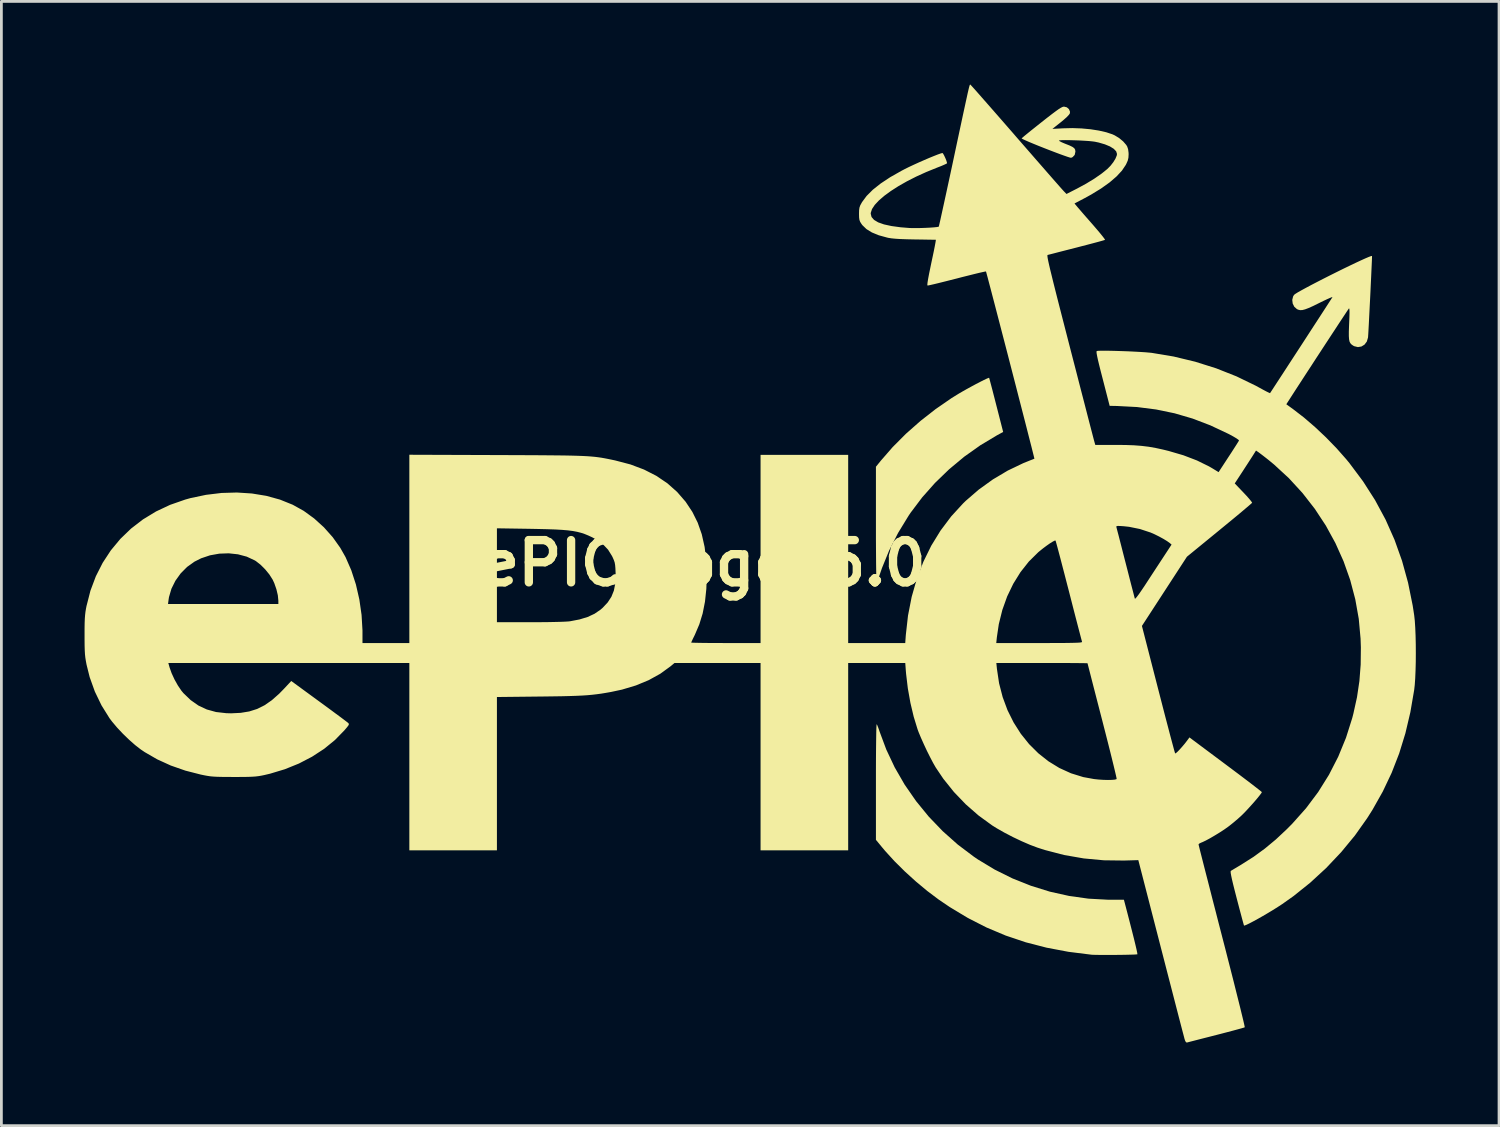
<source format=kicad_pcb>
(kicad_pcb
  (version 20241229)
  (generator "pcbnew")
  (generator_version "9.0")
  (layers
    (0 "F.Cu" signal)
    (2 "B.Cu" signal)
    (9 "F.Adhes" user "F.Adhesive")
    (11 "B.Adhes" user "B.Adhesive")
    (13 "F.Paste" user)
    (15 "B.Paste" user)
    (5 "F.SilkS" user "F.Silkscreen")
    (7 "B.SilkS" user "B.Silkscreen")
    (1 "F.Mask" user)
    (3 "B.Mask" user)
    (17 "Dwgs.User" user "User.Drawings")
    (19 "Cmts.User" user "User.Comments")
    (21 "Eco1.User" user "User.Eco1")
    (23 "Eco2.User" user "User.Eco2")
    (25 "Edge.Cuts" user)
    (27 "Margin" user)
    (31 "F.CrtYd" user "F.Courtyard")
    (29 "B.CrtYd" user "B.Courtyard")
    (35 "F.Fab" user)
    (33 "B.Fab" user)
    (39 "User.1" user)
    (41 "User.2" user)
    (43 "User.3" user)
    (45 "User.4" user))
  (footprint "ePIC_logo_5.0cm"
    (layer "F.Cu")
    (at 24.007 17.265)
    (property "Reference" "ePIC_logo_5.0cm" (at 0 0 0) (layer "F.SilkS") (effects (font (size 1.524 1.524) (thickness 0.3))))
    (attr board_only exclude_from_pos_files exclude_from_bom)
    (fp_poly (pts (xy 8.628 -6.657) (xy 8.651 -6.572) (xy 8.686 -6.441) (xy 8.731 -6.271) (xy 8.783 -6.069) (xy 8.841 -5.844) (xy 8.876 -5.707) (xy 9.125 -4.735) (xy 8.903 -4.615) (xy 8.302 -4.255) (xy 7.724 -3.845) (xy 7.177 -3.39) (xy 6.667 -2.897) (xy 6.202 -2.373) (xy 5.788 -1.824) (xy 5.712 -1.711) (xy 5.333 -1.09) (xy 5.013 -0.461) (xy 4.754 0.174) (xy 4.688 0.366) (xy 4.643 0.497) (xy 4.603 0.601) (xy 4.573 0.669) (xy 4.559 0.687) (xy 4.555 0.657) (xy 4.551 0.569) (xy 4.548 0.429) (xy 4.545 0.242) (xy 4.542 0.013) (xy 4.54 -0.253) (xy 4.538 -0.551) (xy 4.536 -0.876) (xy 4.536 -1.222) (xy 4.536 -1.396) (xy 4.536 -3.481) (xy 4.715 -3.702) (xy 5.143 -4.193) (xy 5.622 -4.673) (xy 6.143 -5.133) (xy 6.693 -5.563) (xy 7.262 -5.955) (xy 7.507 -6.107) (xy 7.649 -6.19) (xy 7.808 -6.28) (xy 7.974 -6.371) (xy 8.139 -6.46) (xy 8.293 -6.54) (xy 8.428 -6.608) (xy 8.533 -6.658) (xy 8.599 -6.685) (xy 8.618 -6.688)) (stroke (width 0) (type solid)) (fill yes) (layer "F.SilkS"))
    (fp_poly (pts (xy 4.586 5.847) (xy 4.62 5.932) (xy 4.658 6.042) (xy 4.661 6.053) (xy 4.909 6.718) (xy 5.213 7.363) (xy 5.572 7.985) (xy 5.983 8.578) (xy 6.441 9.139) (xy 6.944 9.663) (xy 7.489 10.148) (xy 8.073 10.588) (xy 8.216 10.685) (xy 8.823 11.051) (xy 9.462 11.368) (xy 10.126 11.633) (xy 10.808 11.845) (xy 11.503 12) (xy 12.203 12.098) (xy 12.902 12.136) (xy 12.988 12.137) (xy 13.48 12.137) (xy 13.511 12.254) (xy 13.612 12.641) (xy 13.702 12.989) (xy 13.78 13.295) (xy 13.846 13.557) (xy 13.898 13.771) (xy 13.936 13.935) (xy 13.959 14.045) (xy 13.967 14.099) (xy 13.966 14.104) (xy 13.93 14.109) (xy 13.843 14.114) (xy 13.713 14.118) (xy 13.55 14.122) (xy 13.366 14.125) (xy 13.169 14.127) (xy 12.97 14.128) (xy 12.778 14.128) (xy 12.605 14.127) (xy 12.46 14.125) (xy 12.353 14.122) (xy 12.309 14.119) (xy 11.48 14.015) (xy 10.693 13.866) (xy 9.941 13.672) (xy 9.22 13.43) (xy 8.526 13.138) (xy 7.852 12.795) (xy 7.194 12.398) (xy 6.799 12.13) (xy 6.391 11.823) (xy 5.979 11.48) (xy 5.577 11.115) (xy 5.201 10.742) (xy 4.865 10.373) (xy 4.776 10.267) (xy 4.536 9.976) (xy 4.536 7.875) (xy 4.536 7.498) (xy 4.537 7.148) (xy 4.539 6.829) (xy 4.542 6.545) (xy 4.545 6.3) (xy 4.548 6.1) (xy 4.552 5.947) (xy 4.557 5.848) (xy 4.562 5.805) (xy 4.563 5.804)) (stroke (width 0) (type solid)) (fill yes) (layer "F.SilkS"))
    (fp_poly (pts (xy 7.94 -17.263) (xy 7.944 -17.261) (xy 7.968 -17.236) (xy 8.03 -17.168) (xy 8.127 -17.06) (xy 8.255 -16.915) (xy 8.411 -16.737) (xy 8.593 -16.53) (xy 8.797 -16.297) (xy 9.019 -16.043) (xy 9.258 -15.769) (xy 9.509 -15.481) (xy 9.587 -15.39) (xy 9.844 -15.095) (xy 10.091 -14.812) (xy 10.324 -14.544) (xy 10.541 -14.296) (xy 10.737 -14.071) (xy 10.91 -13.873) (xy 11.057 -13.706) (xy 11.173 -13.574) (xy 11.256 -13.481) (xy 11.302 -13.43) (xy 11.307 -13.424) (xy 11.409 -13.319) (xy 11.796 -13.516) (xy 12.118 -13.691) (xy 12.418 -13.874) (xy 12.682 -14.058) (xy 12.881 -14.219) (xy 12.995 -14.334) (xy 13.096 -14.463) (xy 13.175 -14.592) (xy 13.222 -14.705) (xy 13.231 -14.761) (xy 13.202 -14.855) (xy 13.115 -14.947) (xy 12.977 -15.033) (xy 12.794 -15.109) (xy 12.571 -15.174) (xy 12.434 -15.203) (xy 12.339 -15.216) (xy 12.207 -15.229) (xy 12.049 -15.239) (xy 11.876 -15.249) (xy 11.699 -15.255) (xy 11.529 -15.26) (xy 11.377 -15.262) (xy 11.253 -15.26) (xy 11.169 -15.255) (xy 11.136 -15.246) (xy 11.136 -15.245) (xy 11.163 -15.222) (xy 11.235 -15.184) (xy 11.338 -15.14) (xy 11.368 -15.128) (xy 11.522 -15.067) (xy 11.626 -15.016) (xy 11.688 -14.97) (xy 11.72 -14.919) (xy 11.73 -14.858) (xy 11.73 -14.843) (xy 11.705 -14.727) (xy 11.63 -14.648) (xy 11.576 -14.624) (xy 11.535 -14.631) (xy 11.447 -14.659) (xy 11.32 -14.703) (xy 11.162 -14.76) (xy 10.982 -14.828) (xy 10.788 -14.902) (xy 10.591 -14.979) (xy 10.397 -15.056) (xy 10.216 -15.13) (xy 10.057 -15.196) (xy 9.928 -15.253) (xy 9.837 -15.295) (xy 9.794 -15.32) (xy 9.792 -15.324) (xy 9.816 -15.347) (xy 9.883 -15.405) (xy 9.987 -15.49) (xy 10.122 -15.6) (xy 10.282 -15.727) (xy 10.46 -15.869) (xy 10.507 -15.906) (xy 10.72 -16.074) (xy 10.89 -16.205) (xy 11.024 -16.305) (xy 11.126 -16.378) (xy 11.203 -16.426) (xy 11.26 -16.455) (xy 11.303 -16.468) (xy 11.323 -16.469) (xy 11.422 -16.444) (xy 11.498 -16.378) (xy 11.535 -16.289) (xy 11.532 -16.228) (xy 11.498 -16.175) (xy 11.421 -16.093) (xy 11.306 -15.991) (xy 11.207 -15.909) (xy 10.901 -15.666) (xy 11.292 -15.687) (xy 11.621 -15.695) (xy 11.952 -15.683) (xy 12.274 -15.653) (xy 12.575 -15.606) (xy 12.842 -15.545) (xy 13.065 -15.471) (xy 13.146 -15.434) (xy 13.306 -15.337) (xy 13.452 -15.216) (xy 13.564 -15.088) (xy 13.599 -15.03) (xy 13.631 -14.935) (xy 13.648 -14.806) (xy 13.65 -14.749) (xy 13.643 -14.626) (xy 13.618 -14.52) (xy 13.565 -14.402) (xy 13.546 -14.365) (xy 13.409 -14.161) (xy 13.213 -13.95) (xy 12.962 -13.734) (xy 12.658 -13.517) (xy 12.304 -13.3) (xy 12.056 -13.164) (xy 11.698 -12.976) (xy 11.82 -12.83) (xy 11.879 -12.762) (xy 11.97 -12.656) (xy 12.085 -12.523) (xy 12.217 -12.373) (xy 12.356 -12.214) (xy 12.382 -12.184) (xy 12.51 -12.035) (xy 12.622 -11.902) (xy 12.711 -11.792) (xy 12.772 -11.712) (xy 12.799 -11.669) (xy 12.799 -11.664) (xy 12.765 -11.652) (xy 12.677 -11.626) (xy 12.543 -11.589) (xy 12.371 -11.543) (xy 12.166 -11.489) (xy 11.938 -11.43) (xy 11.777 -11.388) (xy 11.535 -11.326) (xy 11.311 -11.269) (xy 11.113 -11.218) (xy 10.948 -11.175) (xy 10.823 -11.143) (xy 10.747 -11.124) (xy 10.727 -11.118) (xy 10.721 -11.108) (xy 10.721 -11.081) (xy 10.726 -11.035) (xy 10.738 -10.964) (xy 10.758 -10.868) (xy 10.786 -10.742) (xy 10.823 -10.583) (xy 10.871 -10.389) (xy 10.928 -10.156) (xy 10.997 -9.881) (xy 11.078 -9.56) (xy 11.172 -9.192) (xy 11.28 -8.772) (xy 11.402 -8.298) (xy 11.531 -7.796) (xy 11.646 -7.352) (xy 11.757 -6.923) (xy 11.862 -6.513) (xy 11.962 -6.127) (xy 12.055 -5.769) (xy 12.139 -5.443) (xy 12.214 -5.152) (xy 12.279 -4.902) (xy 12.333 -4.695) (xy 12.374 -4.537) (xy 12.402 -4.431) (xy 12.416 -4.38) (xy 12.416 -4.379) (xy 12.448 -4.268) (xy 13.192 -4.268) (xy 13.542 -4.265) (xy 13.845 -4.254) (xy 14.116 -4.233) (xy 14.372 -4.202) (xy 14.628 -4.157) (xy 14.898 -4.098) (xy 15.093 -4.05) (xy 15.629 -3.893) (xy 16.115 -3.707) (xy 16.548 -3.494) (xy 16.682 -3.416) (xy 16.895 -3.286) (xy 17.256 -3.839) (xy 17.365 -4.005) (xy 17.461 -4.155) (xy 17.541 -4.279) (xy 17.598 -4.371) (xy 17.629 -4.421) (xy 17.631 -4.427) (xy 17.61 -4.454) (xy 17.54 -4.504) (xy 17.429 -4.57) (xy 17.286 -4.648) (xy 17.245 -4.669) (xy 16.601 -4.972) (xy 15.958 -5.218) (xy 15.308 -5.408) (xy 14.642 -5.546) (xy 13.952 -5.634) (xy 13.232 -5.672) (xy 12.966 -5.677) (xy 12.713 -6.658) (xy 12.641 -6.937) (xy 12.585 -7.161) (xy 12.543 -7.336) (xy 12.515 -7.467) (xy 12.498 -7.559) (xy 12.492 -7.617) (xy 12.496 -7.648) (xy 12.503 -7.655) (xy 12.556 -7.662) (xy 12.661 -7.665) (xy 12.809 -7.666) (xy 12.991 -7.663) (xy 13.197 -7.658) (xy 13.418 -7.651) (xy 13.643 -7.643) (xy 13.864 -7.632) (xy 14.071 -7.621) (xy 14.254 -7.609) (xy 14.404 -7.596) (xy 14.483 -7.588) (xy 15.274 -7.456) (xy 16.051 -7.269) (xy 16.809 -7.03) (xy 17.539 -6.741) (xy 18.234 -6.404) (xy 18.371 -6.329) (xy 18.507 -6.255) (xy 18.622 -6.194) (xy 18.706 -6.153) (xy 18.748 -6.135) (xy 18.751 -6.135) (xy 18.769 -6.163) (xy 18.818 -6.237) (xy 18.894 -6.354) (xy 18.994 -6.507) (xy 19.114 -6.691) (xy 19.251 -6.901) (xy 19.401 -7.132) (xy 19.561 -7.378) (xy 19.728 -7.634) (xy 19.898 -7.895) (xy 20.067 -8.155) (xy 20.232 -8.41) (xy 20.39 -8.653) (xy 20.538 -8.88) (xy 20.671 -9.085) (xy 20.786 -9.263) (xy 20.88 -9.408) (xy 20.95 -9.516) (xy 20.992 -9.581) (xy 21.002 -9.597) (xy 20.984 -9.597) (xy 20.918 -9.572) (xy 20.812 -9.525) (xy 20.676 -9.461) (xy 20.517 -9.383) (xy 20.307 -9.279) (xy 20.142 -9.205) (xy 20.014 -9.157) (xy 19.915 -9.132) (xy 19.835 -9.129) (xy 19.767 -9.145) (xy 19.721 -9.166) (xy 19.626 -9.25) (xy 19.568 -9.367) (xy 19.552 -9.498) (xy 19.583 -9.623) (xy 19.617 -9.679) (xy 19.66 -9.713) (xy 19.749 -9.769) (xy 19.88 -9.843) (xy 20.045 -9.933) (xy 20.238 -10.036) (xy 20.452 -10.147) (xy 20.682 -10.265) (xy 20.921 -10.386) (xy 21.162 -10.506) (xy 21.4 -10.624) (xy 21.628 -10.734) (xy 21.839 -10.835) (xy 22.028 -10.923) (xy 22.187 -10.995) (xy 22.312 -11.048) (xy 22.394 -11.078) (xy 22.428 -11.083) (xy 22.429 -11.081) (xy 22.428 -11.024) (xy 22.424 -10.913) (xy 22.417 -10.756) (xy 22.408 -10.561) (xy 22.398 -10.336) (xy 22.386 -10.088) (xy 22.374 -9.826) (xy 22.361 -9.558) (xy 22.347 -9.291) (xy 22.334 -9.034) (xy 22.322 -8.795) (xy 22.311 -8.58) (xy 22.301 -8.399) (xy 22.293 -8.259) (xy 22.287 -8.169) (xy 22.284 -8.139) (xy 22.241 -7.995) (xy 22.158 -7.885) (xy 22.047 -7.817) (xy 21.92 -7.796) (xy 21.788 -7.828) (xy 21.747 -7.85) (xy 21.69 -7.89) (xy 21.648 -7.936) (xy 21.618 -7.996) (xy 21.601 -8.079) (xy 21.593 -8.194) (xy 21.593 -8.351) (xy 21.6 -8.557) (xy 21.604 -8.656) (xy 21.613 -8.866) (xy 21.617 -9.018) (xy 21.616 -9.12) (xy 21.611 -9.176) (xy 21.6 -9.191) (xy 21.594 -9.188) (xy 21.573 -9.157) (xy 21.52 -9.079) (xy 21.441 -8.959) (xy 21.337 -8.802) (xy 21.214 -8.615) (xy 21.074 -8.401) (xy 20.92 -8.167) (xy 20.757 -7.918) (xy 20.588 -7.659) (xy 20.415 -7.395) (xy 20.244 -7.131) (xy 20.076 -6.874) (xy 19.916 -6.628) (xy 19.767 -6.399) (xy 19.633 -6.192) (xy 19.517 -6.012) (xy 19.471 -5.94) (xy 19.338 -5.734) (xy 19.583 -5.557) (xy 19.972 -5.257) (xy 20.372 -4.913) (xy 20.769 -4.539) (xy 21.149 -4.148) (xy 21.497 -3.754) (xy 21.613 -3.613) (xy 22.104 -2.956) (xy 22.538 -2.278) (xy 22.917 -1.575) (xy 23.241 -0.846) (xy 23.511 -0.088) (xy 23.729 0.702) (xy 23.896 1.526) (xy 23.95 1.877) (xy 23.972 2.076) (xy 23.988 2.324) (xy 24 2.609) (xy 24.007 2.919) (xy 24.009 3.24) (xy 24.007 3.56) (xy 23.999 3.867) (xy 23.987 4.149) (xy 23.97 4.391) (xy 23.95 4.567) (xy 23.812 5.372) (xy 23.632 6.135) (xy 23.408 6.862) (xy 23.137 7.559) (xy 22.817 8.234) (xy 22.446 8.892) (xy 22.253 9.197) (xy 21.812 9.82) (xy 21.317 10.42) (xy 20.777 10.991) (xy 20.199 11.523) (xy 19.592 12.009) (xy 19.191 12.293) (xy 19.033 12.396) (xy 18.858 12.506) (xy 18.674 12.617) (xy 18.49 12.725) (xy 18.312 12.826) (xy 18.149 12.915) (xy 18.01 12.988) (xy 17.902 13.04) (xy 17.833 13.067) (xy 17.812 13.068) (xy 17.802 13.036) (xy 17.778 12.951) (xy 17.742 12.819) (xy 17.697 12.649) (xy 17.643 12.448) (xy 17.584 12.222) (xy 17.549 12.088) (xy 17.476 11.805) (xy 17.419 11.577) (xy 17.377 11.399) (xy 17.349 11.267) (xy 17.333 11.176) (xy 17.329 11.121) (xy 17.336 11.097) (xy 17.337 11.096) (xy 17.378 11.071) (xy 17.461 11.021) (xy 17.574 10.954) (xy 17.706 10.875) (xy 17.72 10.866) (xy 18.155 10.59) (xy 18.564 10.292) (xy 18.96 9.963) (xy 19.358 9.59) (xy 19.553 9.393) (xy 20.047 8.839) (xy 20.488 8.251) (xy 20.876 7.63) (xy 21.21 6.978) (xy 21.49 6.296) (xy 21.715 5.585) (xy 21.756 5.427) (xy 21.887 4.833) (xy 21.974 4.248) (xy 22.02 3.654) (xy 22.027 3.036) (xy 22.016 2.721) (xy 21.951 2.006) (xy 21.825 1.299) (xy 21.642 0.605) (xy 21.402 -0.072) (xy 21.108 -0.728) (xy 20.762 -1.36) (xy 20.365 -1.963) (xy 19.921 -2.533) (xy 19.431 -3.067) (xy 18.896 -3.56) (xy 18.69 -3.73) (xy 18.573 -3.822) (xy 18.462 -3.908) (xy 18.375 -3.973) (xy 18.343 -3.997) (xy 18.245 -4.065) (xy 18.152 -3.917) (xy 18.103 -3.84) (xy 18.028 -3.724) (xy 17.935 -3.58) (xy 17.832 -3.422) (xy 17.769 -3.324) (xy 17.478 -2.879) (xy 17.796 -2.546) (xy 17.908 -2.427) (xy 18 -2.322) (xy 18.067 -2.24) (xy 18.101 -2.191) (xy 18.104 -2.181) (xy 18.078 -2.155) (xy 18.008 -2.094) (xy 17.9 -2.002) (xy 17.757 -1.881) (xy 17.585 -1.737) (xy 17.388 -1.574) (xy 17.17 -1.395) (xy 16.937 -1.204) (xy 16.923 -1.192) (xy 15.753 -0.235) (xy 14.13 2.261) (xy 14.718 4.548) (xy 14.813 4.915) (xy 14.903 5.265) (xy 14.988 5.592) (xy 15.067 5.892) (xy 15.137 6.161) (xy 15.199 6.393) (xy 15.25 6.583) (xy 15.289 6.728) (xy 15.316 6.822) (xy 15.329 6.86) (xy 15.329 6.861) (xy 15.356 6.849) (xy 15.414 6.798) (xy 15.492 6.718) (xy 15.581 6.618) (xy 15.674 6.508) (xy 15.759 6.398) (xy 15.781 6.368) (xy 15.844 6.282) (xy 17.15 7.257) (xy 17.401 7.445) (xy 17.636 7.621) (xy 17.85 7.783) (xy 18.039 7.927) (xy 18.199 8.05) (xy 18.324 8.147) (xy 18.41 8.215) (xy 18.452 8.251) (xy 18.456 8.255) (xy 18.435 8.294) (xy 18.38 8.368) (xy 18.298 8.47) (xy 18.196 8.59) (xy 18.082 8.719) (xy 17.966 8.847) (xy 17.854 8.967) (xy 17.754 9.068) (xy 17.725 9.096) (xy 17.588 9.22) (xy 17.431 9.353) (xy 17.281 9.473) (xy 17.233 9.509) (xy 17.093 9.608) (xy 16.93 9.714) (xy 16.756 9.82) (xy 16.587 9.919) (xy 16.435 10.001) (xy 16.315 10.058) (xy 16.274 10.074) (xy 16.206 10.106) (xy 16.173 10.138) (xy 16.172 10.141) (xy 16.18 10.175) (xy 16.202 10.266) (xy 16.238 10.409) (xy 16.287 10.601) (xy 16.347 10.837) (xy 16.418 11.115) (xy 16.499 11.429) (xy 16.588 11.776) (xy 16.684 12.153) (xy 16.788 12.554) (xy 16.896 12.976) (xy 17.01 13.416) (xy 17.017 13.444) (xy 17.131 13.884) (xy 17.239 14.307) (xy 17.342 14.709) (xy 17.438 15.086) (xy 17.525 15.435) (xy 17.604 15.75) (xy 17.674 16.029) (xy 17.732 16.268) (xy 17.779 16.462) (xy 17.813 16.607) (xy 17.833 16.7) (xy 17.839 16.737) (xy 17.838 16.737) (xy 17.803 16.75) (xy 17.715 16.776) (xy 17.58 16.813) (xy 17.407 16.86) (xy 17.202 16.914) (xy 16.973 16.974) (xy 16.813 17.015) (xy 16.571 17.077) (xy 16.347 17.134) (xy 16.148 17.185) (xy 15.982 17.228) (xy 15.857 17.26) (xy 15.781 17.28) (xy 15.76 17.286) (xy 15.724 17.28) (xy 15.692 17.232) (xy 15.665 17.151) (xy 15.652 17.1) (xy 15.624 16.993) (xy 15.582 16.834) (xy 15.528 16.627) (xy 15.463 16.377) (xy 15.388 16.087) (xy 15.304 15.762) (xy 15.212 15.406) (xy 15.113 15.023) (xy 15.008 14.618) (xy 14.899 14.194) (xy 14.811 13.854) (xy 14 10.708) (xy 13.482 10.723) (xy 12.757 10.714) (xy 12.034 10.647) (xy 11.321 10.523) (xy 10.629 10.343) (xy 10.362 10.257) (xy 10.093 10.156) (xy 9.793 10.026) (xy 9.481 9.878) (xy 9.177 9.72) (xy 8.899 9.562) (xy 8.727 9.455) (xy 8.238 9.099) (xy 7.776 8.695) (xy 7.349 8.25) (xy 6.968 7.775) (xy 6.693 7.367) (xy 6.599 7.203) (xy 6.491 6.997) (xy 6.376 6.768) (xy 6.265 6.53) (xy 6.163 6.302) (xy 6.079 6.101) (xy 6.038 5.991) (xy 5.898 5.534) (xy 5.78 5.036) (xy 5.687 4.515) (xy 5.624 3.988) (xy 5.614 3.871) (xy 5.594 3.597) (xy 8.879 3.597) (xy 8.9 3.808) (xy 8.978 4.33) (xy 9.107 4.828) (xy 9.282 5.3) (xy 9.502 5.742) (xy 9.762 6.151) (xy 10.06 6.523) (xy 10.394 6.855) (xy 10.758 7.143) (xy 11.152 7.385) (xy 11.572 7.576) (xy 12.014 7.713) (xy 12.403 7.784) (xy 12.572 7.802) (xy 12.744 7.813) (xy 12.905 7.817) (xy 13.044 7.814) (xy 13.149 7.805) (xy 13.209 7.789) (xy 13.218 7.78) (xy 13.213 7.744) (xy 13.193 7.652) (xy 13.16 7.51) (xy 13.115 7.322) (xy 13.059 7.094) (xy 12.994 6.831) (xy 12.92 6.537) (xy 12.839 6.218) (xy 12.752 5.879) (xy 12.701 5.679) (xy 12.611 5.332) (xy 12.526 5.002) (xy 12.447 4.696) (xy 12.375 4.417) (xy 12.312 4.172) (xy 12.259 3.964) (xy 12.217 3.8) (xy 12.187 3.683) (xy 12.171 3.619) (xy 12.168 3.608) (xy 12.138 3.606) (xy 12.051 3.604) (xy 11.913 3.602) (xy 11.729 3.601) (xy 11.507 3.599) (xy 11.25 3.598) (xy 10.966 3.598) (xy 10.659 3.597) (xy 10.523 3.597) (xy 8.879 3.597) (xy 5.594 3.597) (xy 3.535 3.597) (xy 3.535 10.354) (xy 0.375 10.354) (xy 0.375 3.597) (xy -2.728 3.597) (xy -2.873 3.718) (xy -3.242 3.986) (xy -3.658 4.216) (xy -4.119 4.407) (xy -4.623 4.558) (xy -5.021 4.643) (xy -5.203 4.675) (xy -5.373 4.703) (xy -5.536 4.725) (xy -5.7 4.744) (xy -5.872 4.76) (xy -6.061 4.772) (xy -6.273 4.782) (xy -6.517 4.79) (xy -6.798 4.797) (xy -7.126 4.802) (xy -7.506 4.807) (xy -7.609 4.808) (xy -9.134 4.825) (xy -9.134 10.354) (xy -12.293 10.354) (xy -12.293 3.597) (xy -20.986 3.597) (xy -20.94 3.762) (xy -20.866 3.969) (xy -20.763 4.192) (xy -20.642 4.408) (xy -20.514 4.597) (xy -20.441 4.685) (xy -20.18 4.936) (xy -19.901 5.132) (xy -19.598 5.274) (xy -19.266 5.366) (xy -18.898 5.408) (xy -18.722 5.413) (xy -18.375 5.396) (xy -18.065 5.345) (xy -17.781 5.255) (xy -17.513 5.121) (xy -17.253 4.94) (xy -16.989 4.707) (xy -16.816 4.53) (xy -16.552 4.247) (xy -15.557 4.975) (xy -15.335 5.137) (xy -15.128 5.289) (xy -14.941 5.428) (xy -14.779 5.547) (xy -14.65 5.644) (xy -14.558 5.714) (xy -14.509 5.752) (xy -14.504 5.756) (xy -14.479 5.783) (xy -14.474 5.813) (xy -14.494 5.855) (xy -14.545 5.921) (xy -14.631 6.022) (xy -14.635 6.027) (xy -14.976 6.376) (xy -15.366 6.694) (xy -15.802 6.978) (xy -16.275 7.224) (xy -16.781 7.429) (xy -17.314 7.59) (xy -17.517 7.638) (xy -17.628 7.661) (xy -17.73 7.678) (xy -17.835 7.691) (xy -17.954 7.699) (xy -18.098 7.705) (xy -18.278 7.708) (xy -18.504 7.709) (xy -18.628 7.709) (xy -18.875 7.708) (xy -19.071 7.706) (xy -19.228 7.702) (xy -19.357 7.695) (xy -19.469 7.685) (xy -19.577 7.669) (xy -19.691 7.648) (xy -19.816 7.622) (xy -20.37 7.48) (xy -20.897 7.296) (xy -21.388 7.072) (xy -21.836 6.813) (xy -21.98 6.716) (xy -22.182 6.559) (xy -22.402 6.365) (xy -22.625 6.149) (xy -22.834 5.927) (xy -23.014 5.713) (xy -23.107 5.59) (xy -23.396 5.126) (xy -23.636 4.629) (xy -23.823 4.107) (xy -23.936 3.654) (xy -23.96 3.526) (xy -23.979 3.407) (xy -23.992 3.284) (xy -24 3.146) (xy -24.005 2.979) (xy -24.007 2.771) (xy -24.007 2.596) (xy -24.007 2.352) (xy -24.004 2.158) (xy -23.998 2.002) (xy -23.988 1.869) (xy -23.974 1.749) (xy -23.954 1.629) (xy -23.936 1.538) (xy -23.918 1.47) (xy -20.997 1.47) (xy -17.017 1.47) (xy -17.017 1.353) (xy -17.036 1.156) (xy -17.088 0.937) (xy -17.164 0.719) (xy -17.224 0.59) (xy -17.341 0.406) (xy -17.492 0.221) (xy -17.66 0.053) (xy -17.828 -0.078) (xy -17.871 -0.104) (xy -18.158 -0.238) (xy -18.474 -0.322) (xy -18.807 -0.358) (xy -19.147 -0.346) (xy -19.482 -0.286) (xy -19.803 -0.178) (xy -20.043 -0.057) (xy -20.31 0.134) (xy -20.541 0.367) (xy -20.731 0.632) (xy -20.874 0.92) (xy -20.962 1.22) (xy -20.976 1.311) (xy -20.997 1.47) (xy -23.918 1.47) (xy -23.795 0.989) (xy -23.6 0.47) (xy -23.354 -0.015) (xy -23.059 -0.465) (xy -22.716 -0.878) (xy -22.33 -1.25) (xy -21.9 -1.581) (xy -21.43 -1.867) (xy -20.922 -2.106) (xy -20.378 -2.296) (xy -20.192 -2.348) (xy -19.628 -2.467) (xy -19.066 -2.535) (xy -18.512 -2.551) (xy -17.972 -2.516) (xy -17.452 -2.431) (xy -16.958 -2.295) (xy -16.499 -2.11) (xy -16.104 -1.89) (xy -15.727 -1.616) (xy -15.375 -1.297) (xy -15.058 -0.941) (xy -14.784 -0.556) (xy -14.594 -0.221) (xy -14.387 0.253) (xy -14.22 0.766) (xy -14.096 1.307) (xy -14.016 1.863) (xy -13.983 2.422) (xy -13.983 2.51) (xy -13.983 2.878) (xy -12.293 2.878) (xy -12.293 -1.26) (xy -9.134 -1.26) (xy -9.134 2.127) (xy -7.928 2.127) (xy -7.622 2.126) (xy -7.336 2.124) (xy -7.08 2.119) (xy -6.858 2.114) (xy -6.68 2.107) (xy -6.552 2.099) (xy -6.497 2.093) (xy -6.154 2.027) (xy -5.862 1.938) (xy -5.613 1.822) (xy -5.398 1.675) (xy -5.319 1.606) (xy -5.139 1.414) (xy -5.006 1.211) (xy -4.916 0.988) (xy -4.866 0.733) (xy -4.852 0.437) (xy -4.854 0.34) (xy -4.861 0.179) (xy -4.871 0.062) (xy -4.887 -0.028) (xy -4.915 -0.111) (xy -4.956 -0.205) (xy -4.983 -0.26) (xy -5.126 -0.49) (xy -5.312 -0.686) (xy -5.547 -0.854) (xy -5.703 -0.938) (xy -5.837 -1) (xy -5.966 -1.053) (xy -6.098 -1.097) (xy -6.239 -1.133) (xy -6.396 -1.163) (xy -6.577 -1.186) (xy -6.787 -1.204) (xy -7.034 -1.218) (xy -7.324 -1.228) (xy -7.665 -1.236) (xy -7.969 -1.242) (xy -9.134 -1.26) (xy -12.293 -1.26) (xy -12.293 -3.913) (xy -9.126 -3.902) (xy -8.592 -3.9) (xy -8.116 -3.898) (xy -7.693 -3.896) (xy -7.321 -3.893) (xy -6.993 -3.89) (xy -6.707 -3.887) (xy -6.457 -3.882) (xy -6.239 -3.876) (xy -6.05 -3.869) (xy -5.884 -3.861) (xy -5.737 -3.85) (xy -5.605 -3.838) (xy -5.484 -3.823) (xy -5.37 -3.807) (xy -5.257 -3.787) (xy -5.142 -3.765) (xy -5.021 -3.74) (xy -4.888 -3.712) (xy -4.85 -3.703) (xy -4.316 -3.563) (xy -3.828 -3.379) (xy -3.385 -3.153) (xy -2.987 -2.884) (xy -2.635 -2.572) (xy -2.328 -2.218) (xy -2.084 -1.85) (xy -1.893 -1.465) (xy -1.746 -1.046) (xy -1.643 -0.588) (xy -1.582 -0.09) (xy -1.564 0.416) (xy -1.581 0.925) (xy -1.63 1.388) (xy -1.714 1.813) (xy -1.835 2.206) (xy -1.993 2.576) (xy -2.006 2.603) (xy -2.061 2.714) (xy -2.102 2.802) (xy -2.125 2.854) (xy -2.127 2.861) (xy -2.097 2.865) (xy -2.011 2.868) (xy -1.875 2.871) (xy -1.697 2.874) (xy -1.483 2.876) (xy -1.239 2.877) (xy -0.973 2.878) (xy -0.876 2.878) (xy 0.375 2.878) (xy 0.375 -3.91) (xy 3.535 -3.91) (xy 3.535 2.878) (xy 5.593 2.878) (xy 8.876 2.878) (xy 10.432 2.878) (xy 10.789 2.878) (xy 11.089 2.877) (xy 11.335 2.876) (xy 11.533 2.873) (xy 11.688 2.87) (xy 11.803 2.866) (xy 11.885 2.861) (xy 11.936 2.854) (xy 11.964 2.846) (xy 11.971 2.836) (xy 11.97 2.834) (xy 11.96 2.797) (xy 11.935 2.704) (xy 11.898 2.562) (xy 11.849 2.375) (xy 11.79 2.149) (xy 11.723 1.891) (xy 11.649 1.604) (xy 11.57 1.295) (xy 11.493 0.996) (xy 11.409 0.672) (xy 11.33 0.366) (xy 11.256 0.083) (xy 11.19 -0.171) (xy 11.132 -0.39) (xy 11.084 -0.57) (xy 11.047 -0.705) (xy 11.023 -0.79) (xy 11.014 -0.819) (xy 10.979 -0.814) (xy 10.907 -0.776) (xy 10.806 -0.713) (xy 10.688 -0.63) (xy 10.561 -0.535) (xy 10.437 -0.435) (xy 10.39 -0.396) (xy 10.052 -0.062) (xy 9.751 0.319) (xy 9.489 0.741) (xy 9.269 1.198) (xy 9.095 1.685) (xy 8.968 2.196) (xy 8.898 2.667) (xy 8.876 2.878) (xy 5.593 2.878) (xy 5.614 2.588) (xy 5.693 1.887) (xy 5.825 1.213) (xy 6.01 0.566) (xy 6.245 -0.049) (xy 6.531 -0.632) (xy 6.867 -1.179) (xy 6.974 -1.321) (xy 13.206 -1.321) (xy 13.211 -1.295) (xy 13.222 -1.253) (xy 13.247 -1.156) (xy 13.285 -1.013) (xy 13.332 -0.829) (xy 13.388 -0.612) (xy 13.45 -0.368) (xy 13.518 -0.104) (xy 13.545 0) (xy 13.614 0.269) (xy 13.678 0.52) (xy 13.736 0.747) (xy 13.787 0.942) (xy 13.828 1.099) (xy 13.857 1.212) (xy 13.874 1.273) (xy 13.876 1.281) (xy 13.897 1.271) (xy 13.948 1.212) (xy 14.024 1.111) (xy 14.121 0.97) (xy 14.238 0.796) (xy 14.258 0.765) (xy 14.391 0.561) (xy 14.536 0.339) (xy 14.681 0.118) (xy 14.813 -0.084) (xy 14.912 -0.235) (xy 15.199 -0.673) (xy 15.132 -0.73) (xy 15.037 -0.798) (xy 14.903 -0.88) (xy 14.747 -0.965) (xy 14.586 -1.045) (xy 14.442 -1.108) (xy 14.056 -1.235) (xy 13.666 -1.314) (xy 13.471 -1.335) (xy 13.339 -1.344) (xy 13.258 -1.345) (xy 13.218 -1.338) (xy 13.206 -1.321) (xy 6.974 -1.321) (xy 7.25 -1.689) (xy 7.681 -2.159) (xy 7.78 -2.255) (xy 8.247 -2.658) (xy 8.754 -3.023) (xy 9.291 -3.342) (xy 9.846 -3.608) (xy 9.979 -3.662) (xy 10.096 -3.709) (xy 10.188 -3.745) (xy 10.243 -3.767) (xy 10.252 -3.77) (xy 10.245 -3.8) (xy 10.224 -3.886) (xy 10.19 -4.023) (xy 10.144 -4.207) (xy 10.086 -4.432) (xy 10.019 -4.695) (xy 9.944 -4.99) (xy 9.861 -5.312) (xy 9.772 -5.658) (xy 9.678 -6.022) (xy 9.581 -6.4) (xy 9.481 -6.787) (xy 9.38 -7.178) (xy 9.279 -7.569) (xy 9.179 -7.954) (xy 9.081 -8.33) (xy 8.987 -8.692) (xy 8.898 -9.034) (xy 8.815 -9.353) (xy 8.739 -9.643) (xy 8.672 -9.9) (xy 8.614 -10.119) (xy 8.568 -10.296) (xy 8.533 -10.425) (xy 8.512 -10.503) (xy 8.505 -10.524) (xy 8.472 -10.52) (xy 8.386 -10.502) (xy 8.253 -10.472) (xy 8.081 -10.43) (xy 7.878 -10.379) (xy 7.649 -10.322) (xy 7.462 -10.273) (xy 7.217 -10.211) (xy 6.991 -10.154) (xy 6.791 -10.104) (xy 6.625 -10.064) (xy 6.498 -10.035) (xy 6.42 -10.019) (xy 6.397 -10.016) (xy 6.39 -10.044) (xy 6.397 -10.123) (xy 6.418 -10.254) (xy 6.453 -10.44) (xy 6.503 -10.683) (xy 6.537 -10.847) (xy 6.583 -11.063) (xy 6.624 -11.259) (xy 6.657 -11.425) (xy 6.681 -11.553) (xy 6.695 -11.637) (xy 6.696 -11.667) (xy 6.696 -11.667) (xy 6.661 -11.668) (xy 6.573 -11.669) (xy 6.439 -11.671) (xy 6.269 -11.674) (xy 6.072 -11.677) (xy 5.928 -11.679) (xy 5.648 -11.685) (xy 5.422 -11.693) (xy 5.242 -11.704) (xy 5.099 -11.718) (xy 4.984 -11.736) (xy 4.945 -11.745) (xy 4.639 -11.829) (xy 4.39 -11.931) (xy 4.194 -12.052) (xy 4.048 -12.193) (xy 4.016 -12.236) (xy 3.968 -12.312) (xy 3.941 -12.383) (xy 3.929 -12.471) (xy 3.926 -12.598) (xy 3.926 -12.605) (xy 3.929 -12.735) (xy 3.942 -12.828) (xy 3.971 -12.91) (xy 4.025 -13.007) (xy 4.035 -13.025) (xy 4.199 -13.247) (xy 4.423 -13.471) (xy 4.708 -13.697) (xy 5.054 -13.926) (xy 5.462 -14.157) (xy 5.573 -14.215) (xy 5.721 -14.289) (xy 5.894 -14.37) (xy 6.08 -14.455) (xy 6.27 -14.538) (xy 6.453 -14.617) (xy 6.622 -14.686) (xy 6.764 -14.742) (xy 6.871 -14.78) (xy 6.932 -14.796) (xy 6.937 -14.796) (xy 6.961 -14.769) (xy 6.998 -14.703) (xy 7.039 -14.615) (xy 7.075 -14.526) (xy 7.097 -14.453) (xy 7.101 -14.427) (xy 7.073 -14.408) (xy 6.998 -14.373) (xy 6.887 -14.325) (xy 6.75 -14.272) (xy 6.737 -14.267) (xy 6.355 -14.112) (xy 5.994 -13.948) (xy 5.657 -13.777) (xy 5.349 -13.602) (xy 5.075 -13.426) (xy 4.838 -13.253) (xy 4.642 -13.084) (xy 4.493 -12.924) (xy 4.394 -12.774) (xy 4.35 -12.639) (xy 4.348 -12.606) (xy 4.378 -12.488) (xy 4.468 -12.384) (xy 4.617 -12.295) (xy 4.827 -12.221) (xy 5.098 -12.162) (xy 5.429 -12.117) (xy 5.74 -12.092) (xy 5.857 -12.088) (xy 6.004 -12.088) (xy 6.167 -12.091) (xy 6.334 -12.097) (xy 6.493 -12.105) (xy 6.631 -12.115) (xy 6.736 -12.126) (xy 6.795 -12.137) (xy 6.802 -12.141) (xy 6.811 -12.173) (xy 6.832 -12.262) (xy 6.864 -12.403) (xy 6.905 -12.591) (xy 6.956 -12.823) (xy 7.015 -13.093) (xy 7.081 -13.396) (xy 7.153 -13.729) (xy 7.23 -14.086) (xy 7.311 -14.464) (xy 7.352 -14.657) (xy 7.45 -15.118) (xy 7.536 -15.521) (xy 7.611 -15.871) (xy 7.675 -16.17) (xy 7.73 -16.424) (xy 7.776 -16.636) (xy 7.814 -16.809) (xy 7.844 -16.948) (xy 7.869 -17.055) (xy 7.888 -17.136) (xy 7.903 -17.193) (xy 7.914 -17.231) (xy 7.923 -17.253) (xy 7.929 -17.263) (xy 7.935 -17.265)) (stroke (width 0) (type solid)) (fill yes) (layer "F.SilkS")))
  (gr_rect
    (start -3 -3)
    (end 51.017 37.551)
    (stroke (width 0.1) (type default))
    (fill no)
    (layer "Edge.Cuts")))
</source>
